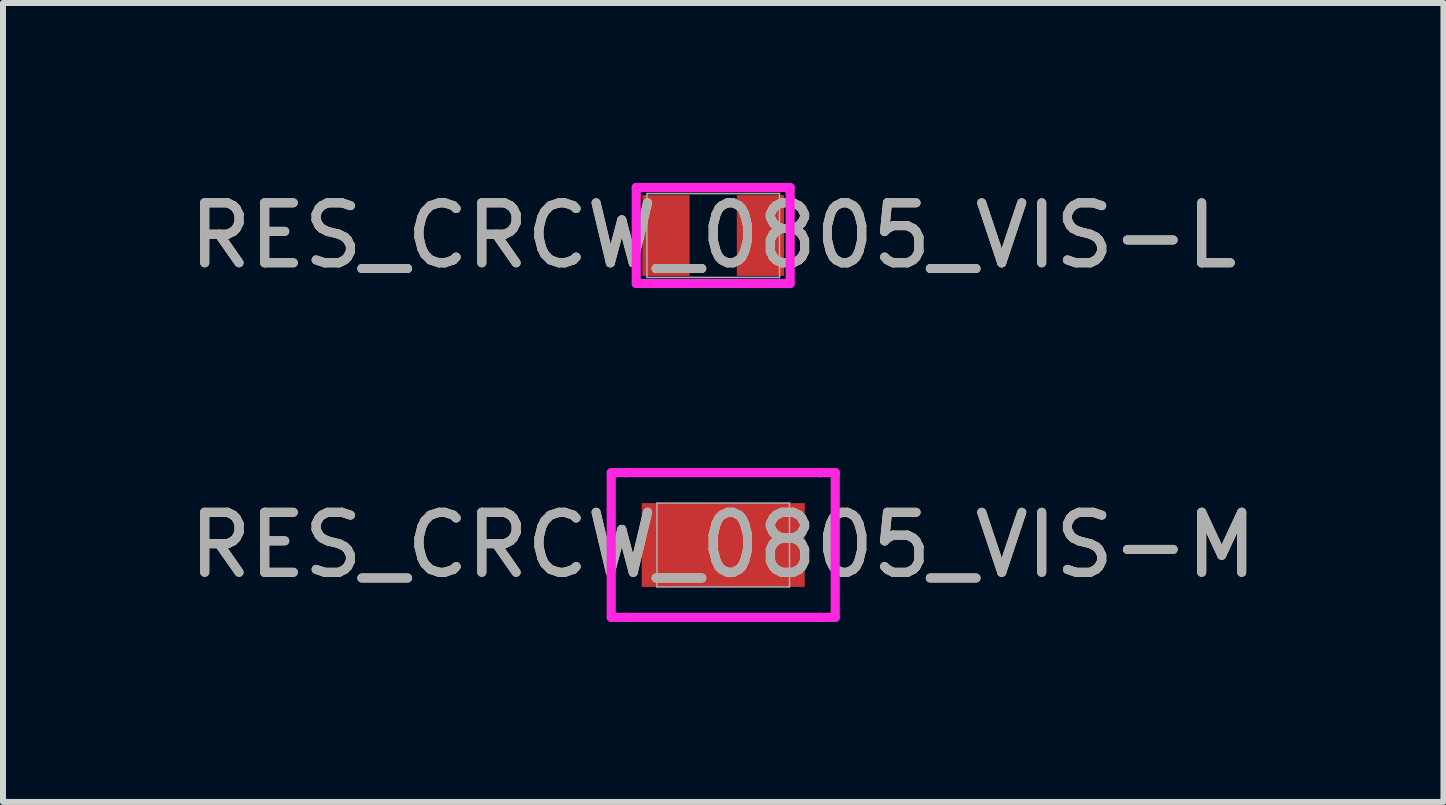
<source format=kicad_pcb>
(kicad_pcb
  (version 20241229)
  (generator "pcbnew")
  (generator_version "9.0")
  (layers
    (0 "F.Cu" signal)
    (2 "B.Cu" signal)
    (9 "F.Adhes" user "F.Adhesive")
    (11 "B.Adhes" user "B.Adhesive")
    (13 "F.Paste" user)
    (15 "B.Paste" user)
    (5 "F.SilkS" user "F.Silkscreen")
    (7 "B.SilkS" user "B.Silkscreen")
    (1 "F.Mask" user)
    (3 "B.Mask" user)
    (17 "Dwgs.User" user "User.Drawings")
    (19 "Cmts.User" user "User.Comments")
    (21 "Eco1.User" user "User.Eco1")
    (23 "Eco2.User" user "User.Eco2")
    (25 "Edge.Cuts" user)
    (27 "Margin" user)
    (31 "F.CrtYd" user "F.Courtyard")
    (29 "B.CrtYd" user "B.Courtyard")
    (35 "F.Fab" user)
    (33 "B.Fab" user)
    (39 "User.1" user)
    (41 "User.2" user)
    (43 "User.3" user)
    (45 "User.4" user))
  (footprint "RES_CRCW_0805_VIS-L"
    (layer "F.Cu")
    (at 8.839 0.876)
    (property "Reference" "RES_CRCW_0805_VIS-L" (at 0 0 0) (unlocked yes) (layer "F.SilkS") (effects (font (size 1 1) (thickness 0.15))))
    (attr smd)
    (fp_line (start -1.283 -0.8) (end -1.206 -0.8) (stroke (width 0.152) (type solid)) (layer "F.CrtYd"))
    (fp_line (start -1.283 0.8) (end -1.283 -0.8) (stroke (width 0.152) (type solid)) (layer "F.CrtYd"))
    (fp_line (start -1.206 -0.8) (end -1.206 -0.8) (stroke (width 0.152) (type solid)) (layer "F.CrtYd"))
    (fp_line (start -1.206 -0.8) (end 1.206 -0.8) (stroke (width 0.152) (type solid)) (layer "F.CrtYd"))
    (fp_line (start -1.206 0.8) (end -1.283 0.8) (stroke (width 0.152) (type solid)) (layer "F.CrtYd"))
    (fp_line (start -1.206 0.8) (end -1.206 0.8) (stroke (width 0.152) (type solid)) (layer "F.CrtYd"))
    (fp_line (start 1.206 -0.8) (end 1.206 -0.8) (stroke (width 0.152) (type solid)) (layer "F.CrtYd"))
    (fp_line (start 1.206 -0.8) (end 1.283 -0.8) (stroke (width 0.152) (type solid)) (layer "F.CrtYd"))
    (fp_line (start 1.206 0.8) (end -1.206 0.8) (stroke (width 0.152) (type solid)) (layer "F.CrtYd"))
    (fp_line (start 1.206 0.8) (end 1.206 0.8) (stroke (width 0.152) (type solid)) (layer "F.CrtYd"))
    (fp_line (start 1.283 -0.8) (end 1.283 0.8) (stroke (width 0.152) (type solid)) (layer "F.CrtYd"))
    (fp_line (start 1.283 0.8) (end 1.206 0.8) (stroke (width 0.152) (type solid)) (layer "F.CrtYd"))
    (fp_line (start -1.105 -0.699) (end -1.105 0.699) (stroke (width 0.025) (type solid)) (layer "F.Fab"))
    (fp_line (start -1.105 0.699) (end 1.105 0.699) (stroke (width 0.025) (type solid)) (layer "F.Fab"))
    (fp_line (start 1.105 -0.699) (end -1.105 -0.699) (stroke (width 0.025) (type solid)) (layer "F.Fab"))
    (fp_line (start 1.105 0.699) (end 1.105 -0.699) (stroke (width 0.025) (type solid)) (layer "F.Fab"))
    (fp_text user "${REFERENCE}" (at 0 0 0) (unlocked yes) (layer "F.Fab") (effects (font (size 1 1) (thickness 0.15))))
    (pad "1" smd rect (at -0.787 0 90) (size 1.346 0.787) (layers "F.Cu" "F.Mask" "F.Paste"))
    (pad "2" smd rect (at 0.787 0 90) (size 1.346 0.787) (layers "F.Cu" "F.Mask" "F.Paste"))
    (zone (net_name "") (layer "F.Cu") (hatch full 0.508) (connect_pads) (min_thickness 0.254) (filled_areas_thickness no) (keepout (tracks not_allowed) (vias not_allowed) (pads allowed) (copperpour not_allowed) (footprints allowed)) (placement (enabled no)) (fill) (polygon (pts (xy 7.785 0.229) (xy 9.893 0.229) (xy 9.893 0.127) (xy 7.785 0.127))))
    (zone (net_name "") (layer "F.Cu") (hatch full 0.508) (connect_pads) (min_thickness 0.254) (filled_areas_thickness no) (keepout (tracks not_allowed) (vias not_allowed) (pads allowed) (copperpour not_allowed) (footprints allowed)) (placement (enabled no)) (fill) (polygon (pts (xy 7.785 1.626) (xy 9.893 1.626) (xy 9.893 1.524) (xy 7.785 1.524))))
    (zone (net_name "") (layer "F.Cu") (hatch full 0.508) (connect_pads) (min_thickness 0.254) (filled_areas_thickness no) (keepout (tracks not_allowed) (vias not_allowed) (pads allowed) (copperpour not_allowed) (footprints allowed)) (placement (enabled no)) (fill) (polygon (pts (xy 8.496 0.127) (xy 9.182 0.127) (xy 9.182 1.626) (xy 8.496 1.626)))))
  (footprint "RES_CRCW_0805_VIS-M"
    (layer "F.Cu")
    (at 9.006 6.035)
    (property "Reference" "RES_CRCW_0805_VIS-M" (at 0 0 0) (unlocked yes) (layer "F.SilkS") (effects (font (size 1 1) (thickness 0.15))))
    (attr smd)
    (fp_line (start -1.867 -1.206) (end -1.613 -1.206) (stroke (width 0.152) (type solid)) (layer "F.CrtYd"))
    (fp_line (start -1.867 1.206) (end -1.867 -1.206) (stroke (width 0.152) (type solid)) (layer "F.CrtYd"))
    (fp_line (start -1.613 -1.206) (end -1.613 -1.206) (stroke (width 0.152) (type solid)) (layer "F.CrtYd"))
    (fp_line (start -1.613 -1.206) (end 1.613 -1.206) (stroke (width 0.152) (type solid)) (layer "F.CrtYd"))
    (fp_line (start -1.613 1.206) (end -1.867 1.206) (stroke (width 0.152) (type solid)) (layer "F.CrtYd"))
    (fp_line (start -1.613 1.206) (end -1.613 1.206) (stroke (width 0.152) (type solid)) (layer "F.CrtYd"))
    (fp_line (start 1.613 -1.206) (end 1.613 -1.206) (stroke (width 0.152) (type solid)) (layer "F.CrtYd"))
    (fp_line (start 1.613 -1.206) (end 1.867 -1.206) (stroke (width 0.152) (type solid)) (layer "F.CrtYd"))
    (fp_line (start 1.613 1.206) (end -1.613 1.206) (stroke (width 0.152) (type solid)) (layer "F.CrtYd"))
    (fp_line (start 1.613 1.206) (end 1.613 1.206) (stroke (width 0.152) (type solid)) (layer "F.CrtYd"))
    (fp_line (start 1.867 -1.206) (end 1.867 1.206) (stroke (width 0.152) (type solid)) (layer "F.CrtYd"))
    (fp_line (start 1.867 1.206) (end 1.613 1.206) (stroke (width 0.152) (type solid)) (layer "F.CrtYd"))
    (fp_line (start -1.105 -0.699) (end -1.105 0.699) (stroke (width 0.025) (type solid)) (layer "F.Fab"))
    (fp_line (start -1.105 0.699) (end 1.105 0.699) (stroke (width 0.025) (type solid)) (layer "F.Fab"))
    (fp_line (start 1.105 -0.699) (end -1.105 -0.699) (stroke (width 0.025) (type solid)) (layer "F.Fab"))
    (fp_line (start 1.105 0.699) (end 1.105 -0.699) (stroke (width 0.025) (type solid)) (layer "F.Fab"))
    (fp_text user "${REFERENCE}" (at 0 0 0) (unlocked yes) (layer "F.Fab") (effects (font (size 1 1) (thickness 0.15))))
    (pad "1" smd rect (at -0.584 0 90) (size 1.397 1.549) (layers "F.Cu" "F.Mask" "F.Paste"))
    (pad "2" smd rect (at 0.584 0 90) (size 1.397 1.549) (layers "F.Cu" "F.Mask" "F.Paste"))
    (zone (net_name "") (layer "F.Cu") (hatch full 0.508) (connect_pads) (min_thickness 0.254) (filled_areas_thickness no) (keepout (tracks not_allowed) (vias not_allowed) (pads allowed) (copperpour not_allowed) (footprints allowed)) (placement (enabled no)) (fill) (polygon (pts (xy 7.952 5.388) (xy 10.06 5.388) (xy 10.06 5.286) (xy 7.952 5.286))))
    (zone (net_name "") (layer "F.Cu") (hatch full 0.508) (connect_pads) (min_thickness 0.254) (filled_areas_thickness no) (keepout (tracks not_allowed) (vias not_allowed) (pads allowed) (copperpour not_allowed) (footprints allowed)) (placement (enabled no)) (fill) (polygon (pts (xy 7.952 6.785) (xy 10.06 6.785) (xy 10.06 6.683) (xy 7.952 6.683))))
    (zone (net_name "") (layer "F.Cu") (hatch full 0.508) (connect_pads) (min_thickness 0.254) (filled_areas_thickness no) (keepout (tracks not_allowed) (vias not_allowed) (pads allowed) (copperpour not_allowed) (footprints allowed)) (placement (enabled no)) (fill) (polygon (pts (xy 9.247 5.286) (xy 8.765 5.286) (xy 8.765 6.785) (xy 9.247 6.785)))))
  (gr_rect
    (start -3 -3)
    (end 21.012 10.318)
    (stroke (width 0.1) (type default))
    (fill no)
    (layer "Edge.Cuts")))
</source>
